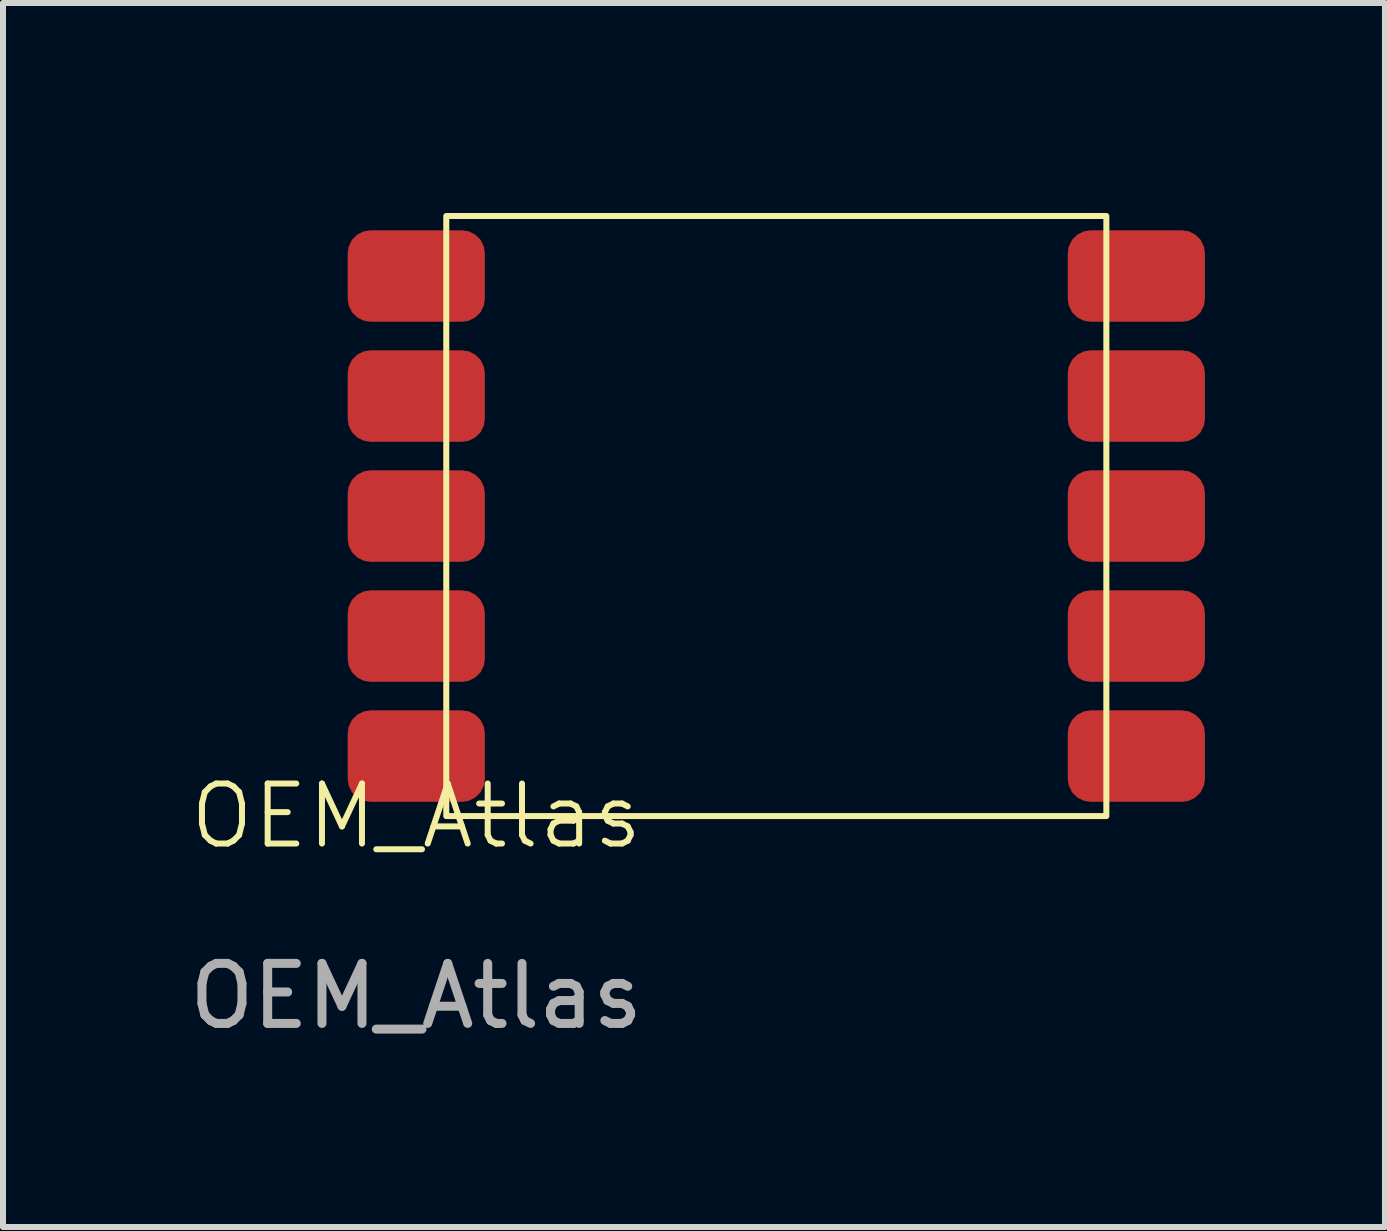
<source format=kicad_pcb>
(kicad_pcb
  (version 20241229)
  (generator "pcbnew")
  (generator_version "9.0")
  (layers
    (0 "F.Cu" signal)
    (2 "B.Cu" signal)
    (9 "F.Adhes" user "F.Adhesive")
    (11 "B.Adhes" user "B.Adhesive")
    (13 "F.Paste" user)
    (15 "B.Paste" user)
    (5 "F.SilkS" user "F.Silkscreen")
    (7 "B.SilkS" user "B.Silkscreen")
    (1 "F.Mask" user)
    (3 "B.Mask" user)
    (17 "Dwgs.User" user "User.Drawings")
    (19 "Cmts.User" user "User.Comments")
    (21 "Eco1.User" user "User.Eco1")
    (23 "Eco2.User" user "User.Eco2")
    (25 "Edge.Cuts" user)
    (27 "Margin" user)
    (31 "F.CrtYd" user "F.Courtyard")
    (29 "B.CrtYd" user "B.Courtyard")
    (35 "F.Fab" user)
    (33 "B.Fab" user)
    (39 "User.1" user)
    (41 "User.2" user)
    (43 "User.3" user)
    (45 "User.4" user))
  (footprint "OEM_Atlas"
    (layer "F.Cu")
    (at 3.887 11.05)
    (property "Reference" "OEM_Atlas" (at 0 -0.5 0) (unlocked yes) (layer "F.SilkS") (effects (font (size 1 1) (thickness 0.1))))
    (attr smd)
    (fp_rect (start 0.5 -10.5) (end 11.5 -0.5) (stroke (width 0.1) (type default)) (fill no) (layer "F.SilkS"))
    (fp_rect (start 0 -11) (end 12 0) (stroke (width 0.1) (type default)) (fill no) (layer "Margin"))
    (fp_text user "${REFERENCE}" (at 0 2.5 0) (unlocked yes) (layer "F.Fab") (effects (font (size 1 1) (thickness 0.15))))
    (pad "1" smd roundrect (at 0 -9.5) (size 2.286 1.524) (layers "F.Cu" "F.Mask" "F.Paste") (roundrect_rratio 0.25))
    (pad "2" smd roundrect (at 0 -7.5) (size 2.286 1.524) (layers "F.Cu" "F.Mask" "F.Paste") (roundrect_rratio 0.25))
    (pad "3" smd roundrect (at 0 -5.5) (size 2.286 1.524) (layers "F.Cu" "F.Mask" "F.Paste") (roundrect_rratio 0.25))
    (pad "4" smd roundrect (at 0 -3.5) (size 2.286 1.524) (layers "F.Cu" "F.Mask" "F.Paste") (roundrect_rratio 0.25))
    (pad "5" smd roundrect (at 0 -1.5) (size 2.286 1.524) (layers "F.Cu" "F.Mask" "F.Paste") (roundrect_rratio 0.25))
    (pad "6" smd roundrect (at 12 -9.5) (size 2.286 1.524) (layers "F.Cu" "F.Mask" "F.Paste") (roundrect_rratio 0.25))
    (pad "7" smd roundrect (at 12 -7.5) (size 2.286 1.524) (layers "F.Cu" "F.Mask" "F.Paste") (roundrect_rratio 0.25))
    (pad "8" smd roundrect (at 12 -5.5) (size 2.286 1.524) (layers "F.Cu" "F.Mask" "F.Paste") (roundrect_rratio 0.25))
    (pad "9" smd roundrect (at 12 -3.5) (size 2.286 1.524) (layers "F.Cu" "F.Mask" "F.Paste") (roundrect_rratio 0.25))
    (pad "10" smd roundrect (at 12 -1.5) (size 2.286 1.524) (layers "F.Cu" "F.Mask" "F.Paste") (roundrect_rratio 0.25)))
  (gr_rect
    (start -3 -3)
    (end 20.03 17.398)
    (stroke (width 0.1) (type default))
    (fill no)
    (layer "Edge.Cuts")))
</source>
